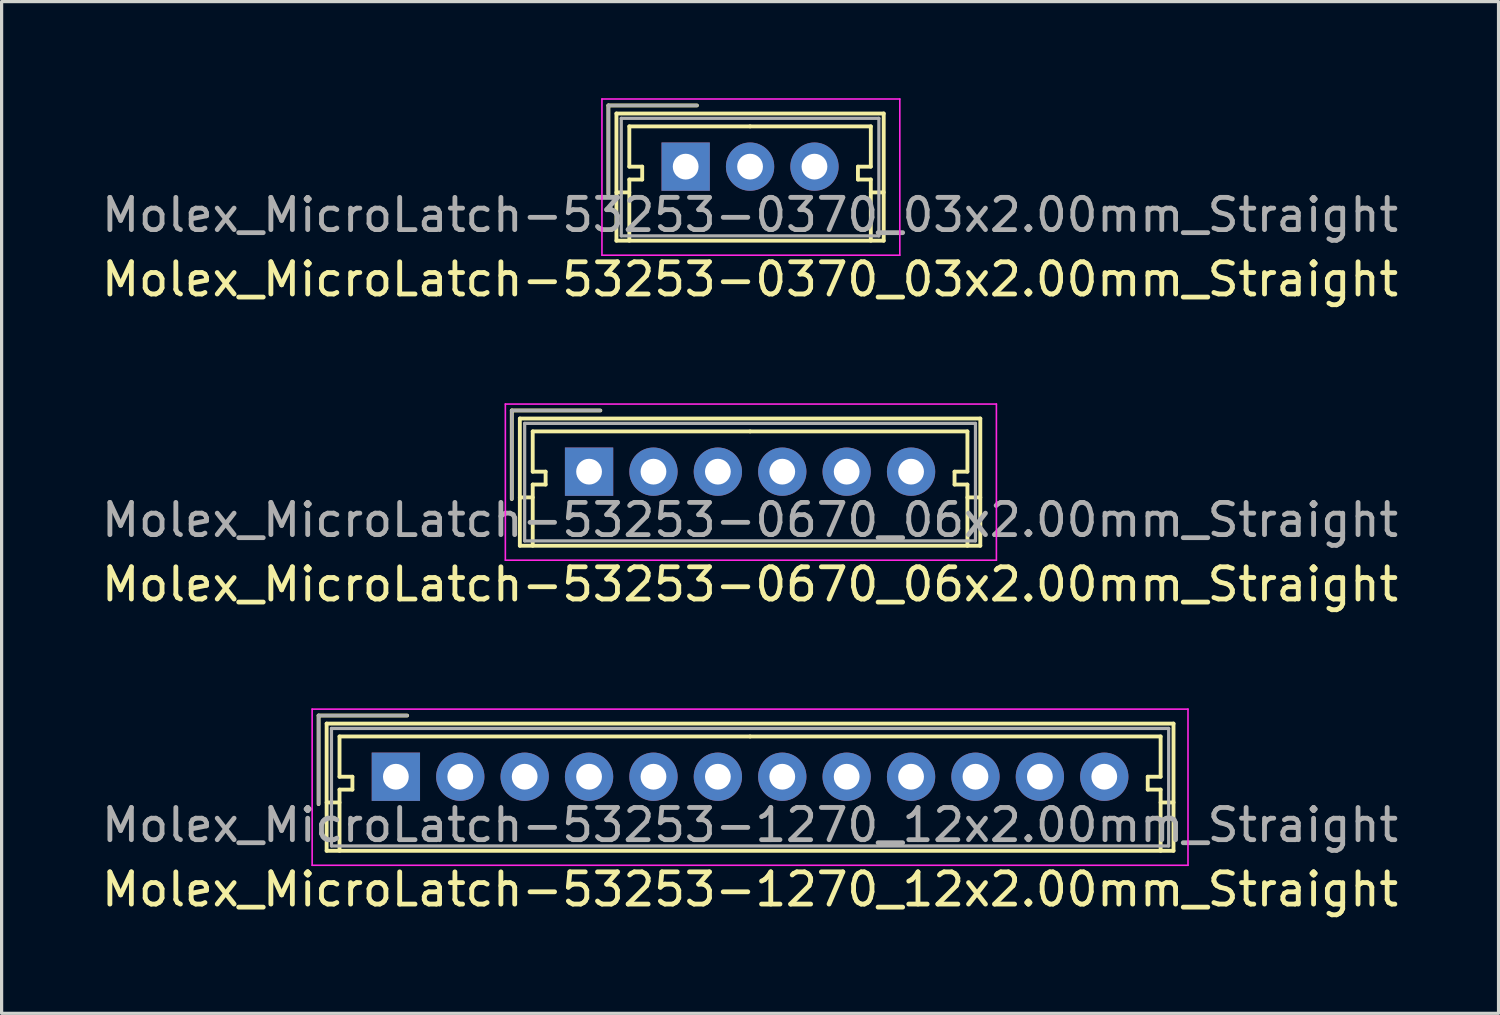
<source format=kicad_pcb>
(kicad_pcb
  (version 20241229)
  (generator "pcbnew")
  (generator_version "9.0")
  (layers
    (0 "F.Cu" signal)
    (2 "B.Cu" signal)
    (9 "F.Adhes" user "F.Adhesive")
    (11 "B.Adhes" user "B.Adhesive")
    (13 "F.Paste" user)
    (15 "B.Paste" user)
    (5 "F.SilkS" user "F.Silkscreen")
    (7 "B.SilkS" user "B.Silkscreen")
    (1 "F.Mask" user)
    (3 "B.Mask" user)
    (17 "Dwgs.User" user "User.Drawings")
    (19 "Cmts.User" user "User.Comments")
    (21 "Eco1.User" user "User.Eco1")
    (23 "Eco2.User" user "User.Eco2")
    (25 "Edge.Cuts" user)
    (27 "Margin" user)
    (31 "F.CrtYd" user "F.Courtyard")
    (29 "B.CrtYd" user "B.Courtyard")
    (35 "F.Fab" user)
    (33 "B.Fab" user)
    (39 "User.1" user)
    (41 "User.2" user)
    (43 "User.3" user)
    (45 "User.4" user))
  (footprint "Molex_MicroLatch-53253-1270_12x2.00mm_Straight"
    (layer "F.Cu")
    (at 9.244 21.072)
    (property "Reference" "Molex_MicroLatch-53253-1270_12x2.00mm_Straight" (at 11 3.5 0) (layer "F.SilkS") (effects (font (size 1 1) (thickness 0.15))))
    (attr through_hole)
    (fp_line (start -2.4 -1.9) (end -2.4 0.85) (stroke (width 0.12) (type solid)) (layer "F.SilkS"))
    (fp_line (start -2.15 -1.65) (end -2.15 2.3) (stroke (width 0.12) (type solid)) (layer "F.SilkS"))
    (fp_line (start -2.15 0.8) (end -1.75 0.8) (stroke (width 0.12) (type solid)) (layer "F.SilkS"))
    (fp_line (start -2.15 2.3) (end 24.15 2.3) (stroke (width 0.12) (type solid)) (layer "F.SilkS"))
    (fp_line (start -1.75 -1.25) (end -1.75 0) (stroke (width 0.12) (type solid)) (layer "F.SilkS"))
    (fp_line (start -1.75 0) (end -1.35 0) (stroke (width 0.12) (type solid)) (layer "F.SilkS"))
    (fp_line (start -1.75 0.4) (end -1.75 2.3) (stroke (width 0.12) (type solid)) (layer "F.SilkS"))
    (fp_line (start -1.35 0) (end -1.35 0.4) (stroke (width 0.12) (type solid)) (layer "F.SilkS"))
    (fp_line (start -1.35 0.4) (end -1.75 0.4) (stroke (width 0.12) (type solid)) (layer "F.SilkS"))
    (fp_line (start 0.35 -1.9) (end -2.4 -1.9) (stroke (width 0.12) (type solid)) (layer "F.SilkS"))
    (fp_line (start 11 -1.25) (end -1.75 -1.25) (stroke (width 0.12) (type solid)) (layer "F.SilkS"))
    (fp_line (start 11 -1.25) (end 23.75 -1.25) (stroke (width 0.12) (type solid)) (layer "F.SilkS"))
    (fp_line (start 23.35 0) (end 23.35 0.4) (stroke (width 0.12) (type solid)) (layer "F.SilkS"))
    (fp_line (start 23.35 0.4) (end 23.75 0.4) (stroke (width 0.12) (type solid)) (layer "F.SilkS"))
    (fp_line (start 23.75 -1.25) (end 23.75 0) (stroke (width 0.12) (type solid)) (layer "F.SilkS"))
    (fp_line (start 23.75 0) (end 23.35 0) (stroke (width 0.12) (type solid)) (layer "F.SilkS"))
    (fp_line (start 23.75 0.4) (end 23.75 2.3) (stroke (width 0.12) (type solid)) (layer "F.SilkS"))
    (fp_line (start 24.15 -1.65) (end -2.15 -1.65) (stroke (width 0.12) (type solid)) (layer "F.SilkS"))
    (fp_line (start 24.15 0.8) (end 23.75 0.8) (stroke (width 0.12) (type solid)) (layer "F.SilkS"))
    (fp_line (start 24.15 2.3) (end 24.15 -1.65) (stroke (width 0.12) (type solid)) (layer "F.SilkS"))
    (fp_line (start -2.6 -2.1) (end -2.6 2.75) (stroke (width 0.05) (type solid)) (layer "F.CrtYd"))
    (fp_line (start -2.6 2.75) (end 24.6 2.75) (stroke (width 0.05) (type solid)) (layer "F.CrtYd"))
    (fp_line (start 24.6 -2.1) (end -2.6 -2.1) (stroke (width 0.05) (type solid)) (layer "F.CrtYd"))
    (fp_line (start 24.6 2.75) (end 24.6 -2.1) (stroke (width 0.05) (type solid)) (layer "F.CrtYd"))
    (fp_line (start -2.4 -1.9) (end -2.4 0.85) (stroke (width 0.1) (type solid)) (layer "F.Fab"))
    (fp_line (start -2 -1.5) (end -2 2.15) (stroke (width 0.1) (type solid)) (layer "F.Fab"))
    (fp_line (start -2 2.15) (end 24 2.15) (stroke (width 0.1) (type solid)) (layer "F.Fab"))
    (fp_line (start 0.35 -1.9) (end -2.4 -1.9) (stroke (width 0.1) (type solid)) (layer "F.Fab"))
    (fp_line (start 24 -1.5) (end -2 -1.5) (stroke (width 0.1) (type solid)) (layer "F.Fab"))
    (fp_line (start 24 2.15) (end 24 -1.5) (stroke (width 0.1) (type solid)) (layer "F.Fab"))
    (fp_text user "${REFERENCE}" (at 11 1.5 0) (layer "F.Fab") (effects (font (size 1 1) (thickness 0.15))))
    (pad "1" thru_hole rect (at 0 0) (size 1.5 1.5) (drill 0.8) (layers "*.Cu" "*.Mask"))
    (pad "2" thru_hole circle (at 2 0) (size 1.5 1.5) (drill 0.8) (layers "*.Cu" "*.Mask"))
    (pad "3" thru_hole circle (at 4 0) (size 1.5 1.5) (drill 0.8) (layers "*.Cu" "*.Mask"))
    (pad "4" thru_hole circle (at 6 0) (size 1.5 1.5) (drill 0.8) (layers "*.Cu" "*.Mask"))
    (pad "5" thru_hole circle (at 8 0) (size 1.5 1.5) (drill 0.8) (layers "*.Cu" "*.Mask"))
    (pad "6" thru_hole circle (at 10 0) (size 1.5 1.5) (drill 0.8) (layers "*.Cu" "*.Mask"))
    (pad "7" thru_hole circle (at 12 0) (size 1.5 1.5) (drill 0.8) (layers "*.Cu" "*.Mask"))
    (pad "8" thru_hole circle (at 14 0) (size 1.5 1.5) (drill 0.8) (layers "*.Cu" "*.Mask"))
    (pad "9" thru_hole circle (at 16 0) (size 1.5 1.5) (drill 0.8) (layers "*.Cu" "*.Mask"))
    (pad "10" thru_hole circle (at 18 0) (size 1.5 1.5) (drill 0.8) (layers "*.Cu" "*.Mask"))
    (pad "11" thru_hole circle (at 20 0) (size 1.5 1.5) (drill 0.8) (layers "*.Cu" "*.Mask"))
    (pad "12" thru_hole circle (at 22 0) (size 1.5 1.5) (drill 0.8) (layers "*.Cu" "*.Mask")))
  (footprint "Molex_MicroLatch-53253-0370_03x2.00mm_Straight"
    (layer "F.Cu")
    (at 18.244 2.125)
    (property "Reference" "Molex_MicroLatch-53253-0370_03x2.00mm_Straight" (at 2 3.5 0) (layer "F.SilkS") (effects (font (size 1 1) (thickness 0.15))))
    (attr through_hole)
    (fp_line (start -2.4 -1.9) (end -2.4 0.85) (stroke (width 0.12) (type solid)) (layer "F.SilkS"))
    (fp_line (start -2.15 -1.65) (end -2.15 2.3) (stroke (width 0.12) (type solid)) (layer "F.SilkS"))
    (fp_line (start -2.15 0.8) (end -1.75 0.8) (stroke (width 0.12) (type solid)) (layer "F.SilkS"))
    (fp_line (start -2.15 2.3) (end 6.15 2.3) (stroke (width 0.12) (type solid)) (layer "F.SilkS"))
    (fp_line (start -1.75 -1.25) (end -1.75 0) (stroke (width 0.12) (type solid)) (layer "F.SilkS"))
    (fp_line (start -1.75 0) (end -1.35 0) (stroke (width 0.12) (type solid)) (layer "F.SilkS"))
    (fp_line (start -1.75 0.4) (end -1.75 2.3) (stroke (width 0.12) (type solid)) (layer "F.SilkS"))
    (fp_line (start -1.35 0) (end -1.35 0.4) (stroke (width 0.12) (type solid)) (layer "F.SilkS"))
    (fp_line (start -1.35 0.4) (end -1.75 0.4) (stroke (width 0.12) (type solid)) (layer "F.SilkS"))
    (fp_line (start 0.35 -1.9) (end -2.4 -1.9) (stroke (width 0.12) (type solid)) (layer "F.SilkS"))
    (fp_line (start 2 -1.25) (end -1.75 -1.25) (stroke (width 0.12) (type solid)) (layer "F.SilkS"))
    (fp_line (start 2 -1.25) (end 5.75 -1.25) (stroke (width 0.12) (type solid)) (layer "F.SilkS"))
    (fp_line (start 5.35 0) (end 5.35 0.4) (stroke (width 0.12) (type solid)) (layer "F.SilkS"))
    (fp_line (start 5.35 0.4) (end 5.75 0.4) (stroke (width 0.12) (type solid)) (layer "F.SilkS"))
    (fp_line (start 5.75 -1.25) (end 5.75 0) (stroke (width 0.12) (type solid)) (layer "F.SilkS"))
    (fp_line (start 5.75 0) (end 5.35 0) (stroke (width 0.12) (type solid)) (layer "F.SilkS"))
    (fp_line (start 5.75 0.4) (end 5.75 2.3) (stroke (width 0.12) (type solid)) (layer "F.SilkS"))
    (fp_line (start 6.15 -1.65) (end -2.15 -1.65) (stroke (width 0.12) (type solid)) (layer "F.SilkS"))
    (fp_line (start 6.15 0.8) (end 5.75 0.8) (stroke (width 0.12) (type solid)) (layer "F.SilkS"))
    (fp_line (start 6.15 2.3) (end 6.15 -1.65) (stroke (width 0.12) (type solid)) (layer "F.SilkS"))
    (fp_line (start -2.6 -2.1) (end -2.6 2.75) (stroke (width 0.05) (type solid)) (layer "F.CrtYd"))
    (fp_line (start -2.6 2.75) (end 6.65 2.75) (stroke (width 0.05) (type solid)) (layer "F.CrtYd"))
    (fp_line (start 6.65 -2.1) (end -2.6 -2.1) (stroke (width 0.05) (type solid)) (layer "F.CrtYd"))
    (fp_line (start 6.65 2.75) (end 6.65 -2.1) (stroke (width 0.05) (type solid)) (layer "F.CrtYd"))
    (fp_line (start -2.4 -1.9) (end -2.4 0.85) (stroke (width 0.1) (type solid)) (layer "F.Fab"))
    (fp_line (start -2 -1.5) (end -2 2.15) (stroke (width 0.1) (type solid)) (layer "F.Fab"))
    (fp_line (start -2 2.15) (end 6 2.15) (stroke (width 0.1) (type solid)) (layer "F.Fab"))
    (fp_line (start 0.35 -1.9) (end -2.4 -1.9) (stroke (width 0.1) (type solid)) (layer "F.Fab"))
    (fp_line (start 6 -1.5) (end -2 -1.5) (stroke (width 0.1) (type solid)) (layer "F.Fab"))
    (fp_line (start 6 2.15) (end 6 -1.5) (stroke (width 0.1) (type solid)) (layer "F.Fab"))
    (fp_text user "${REFERENCE}" (at 2 1.5 0) (layer "F.Fab") (effects (font (size 1 1) (thickness 0.15))))
    (pad "1" thru_hole rect (at 0 0) (size 1.5 1.5) (drill 0.8) (layers "*.Cu" "*.Mask"))
    (pad "2" thru_hole circle (at 2 0) (size 1.5 1.5) (drill 0.8) (layers "*.Cu" "*.Mask"))
    (pad "3" thru_hole circle (at 4 0) (size 1.5 1.5) (drill 0.8) (layers "*.Cu" "*.Mask")))
  (footprint "Molex_MicroLatch-53253-0670_06x2.00mm_Straight"
    (layer "F.Cu")
    (at 15.244 11.598)
    (property "Reference" "Molex_MicroLatch-53253-0670_06x2.00mm_Straight" (at 5 3.5 0) (layer "F.SilkS") (effects (font (size 1 1) (thickness 0.15))))
    (attr through_hole)
    (fp_line (start -2.4 -1.9) (end -2.4 0.85) (stroke (width 0.12) (type solid)) (layer "F.SilkS"))
    (fp_line (start -2.15 -1.65) (end -2.15 2.3) (stroke (width 0.12) (type solid)) (layer "F.SilkS"))
    (fp_line (start -2.15 0.8) (end -1.75 0.8) (stroke (width 0.12) (type solid)) (layer "F.SilkS"))
    (fp_line (start -2.15 2.3) (end 12.15 2.3) (stroke (width 0.12) (type solid)) (layer "F.SilkS"))
    (fp_line (start -1.75 -1.25) (end -1.75 0) (stroke (width 0.12) (type solid)) (layer "F.SilkS"))
    (fp_line (start -1.75 0) (end -1.35 0) (stroke (width 0.12) (type solid)) (layer "F.SilkS"))
    (fp_line (start -1.75 0.4) (end -1.75 2.3) (stroke (width 0.12) (type solid)) (layer "F.SilkS"))
    (fp_line (start -1.35 0) (end -1.35 0.4) (stroke (width 0.12) (type solid)) (layer "F.SilkS"))
    (fp_line (start -1.35 0.4) (end -1.75 0.4) (stroke (width 0.12) (type solid)) (layer "F.SilkS"))
    (fp_line (start 0.35 -1.9) (end -2.4 -1.9) (stroke (width 0.12) (type solid)) (layer "F.SilkS"))
    (fp_line (start 5 -1.25) (end -1.75 -1.25) (stroke (width 0.12) (type solid)) (layer "F.SilkS"))
    (fp_line (start 5 -1.25) (end 11.75 -1.25) (stroke (width 0.12) (type solid)) (layer "F.SilkS"))
    (fp_line (start 11.35 0) (end 11.35 0.4) (stroke (width 0.12) (type solid)) (layer "F.SilkS"))
    (fp_line (start 11.35 0.4) (end 11.75 0.4) (stroke (width 0.12) (type solid)) (layer "F.SilkS"))
    (fp_line (start 11.75 -1.25) (end 11.75 0) (stroke (width 0.12) (type solid)) (layer "F.SilkS"))
    (fp_line (start 11.75 0) (end 11.35 0) (stroke (width 0.12) (type solid)) (layer "F.SilkS"))
    (fp_line (start 11.75 0.4) (end 11.75 2.3) (stroke (width 0.12) (type solid)) (layer "F.SilkS"))
    (fp_line (start 12.15 -1.65) (end -2.15 -1.65) (stroke (width 0.12) (type solid)) (layer "F.SilkS"))
    (fp_line (start 12.15 0.8) (end 11.75 0.8) (stroke (width 0.12) (type solid)) (layer "F.SilkS"))
    (fp_line (start 12.15 2.3) (end 12.15 -1.65) (stroke (width 0.12) (type solid)) (layer "F.SilkS"))
    (fp_line (start -2.6 -2.1) (end -2.6 2.75) (stroke (width 0.05) (type solid)) (layer "F.CrtYd"))
    (fp_line (start -2.6 2.75) (end 12.65 2.75) (stroke (width 0.05) (type solid)) (layer "F.CrtYd"))
    (fp_line (start 12.65 -2.1) (end -2.6 -2.1) (stroke (width 0.05) (type solid)) (layer "F.CrtYd"))
    (fp_line (start 12.65 2.75) (end 12.65 -2.1) (stroke (width 0.05) (type solid)) (layer "F.CrtYd"))
    (fp_line (start -2.4 -1.9) (end -2.4 0.85) (stroke (width 0.1) (type solid)) (layer "F.Fab"))
    (fp_line (start -2 -1.5) (end -2 2.15) (stroke (width 0.1) (type solid)) (layer "F.Fab"))
    (fp_line (start -2 2.15) (end 12 2.15) (stroke (width 0.1) (type solid)) (layer "F.Fab"))
    (fp_line (start 0.35 -1.9) (end -2.4 -1.9) (stroke (width 0.1) (type solid)) (layer "F.Fab"))
    (fp_line (start 12 -1.5) (end -2 -1.5) (stroke (width 0.1) (type solid)) (layer "F.Fab"))
    (fp_line (start 12 2.15) (end 12 -1.5) (stroke (width 0.1) (type solid)) (layer "F.Fab"))
    (fp_text user "${REFERENCE}" (at 5 1.5 0) (layer "F.Fab") (effects (font (size 1 1) (thickness 0.15))))
    (pad "1" thru_hole rect (at 0 0) (size 1.5 1.5) (drill 0.8) (layers "*.Cu" "*.Mask"))
    (pad "2" thru_hole circle (at 2 0) (size 1.5 1.5) (drill 0.8) (layers "*.Cu" "*.Mask"))
    (pad "3" thru_hole circle (at 4 0) (size 1.5 1.5) (drill 0.8) (layers "*.Cu" "*.Mask"))
    (pad "4" thru_hole circle (at 6 0) (size 1.5 1.5) (drill 0.8) (layers "*.Cu" "*.Mask"))
    (pad "5" thru_hole circle (at 8 0) (size 1.5 1.5) (drill 0.8) (layers "*.Cu" "*.Mask"))
    (pad "6" thru_hole circle (at 10 0) (size 1.5 1.5) (drill 0.8) (layers "*.Cu" "*.Mask")))
  (gr_rect
    (start -3 -3)
    (end 43.488 28.42)
    (stroke (width 0.1) (type default))
    (fill no)
    (layer "Edge.Cuts")))
</source>
